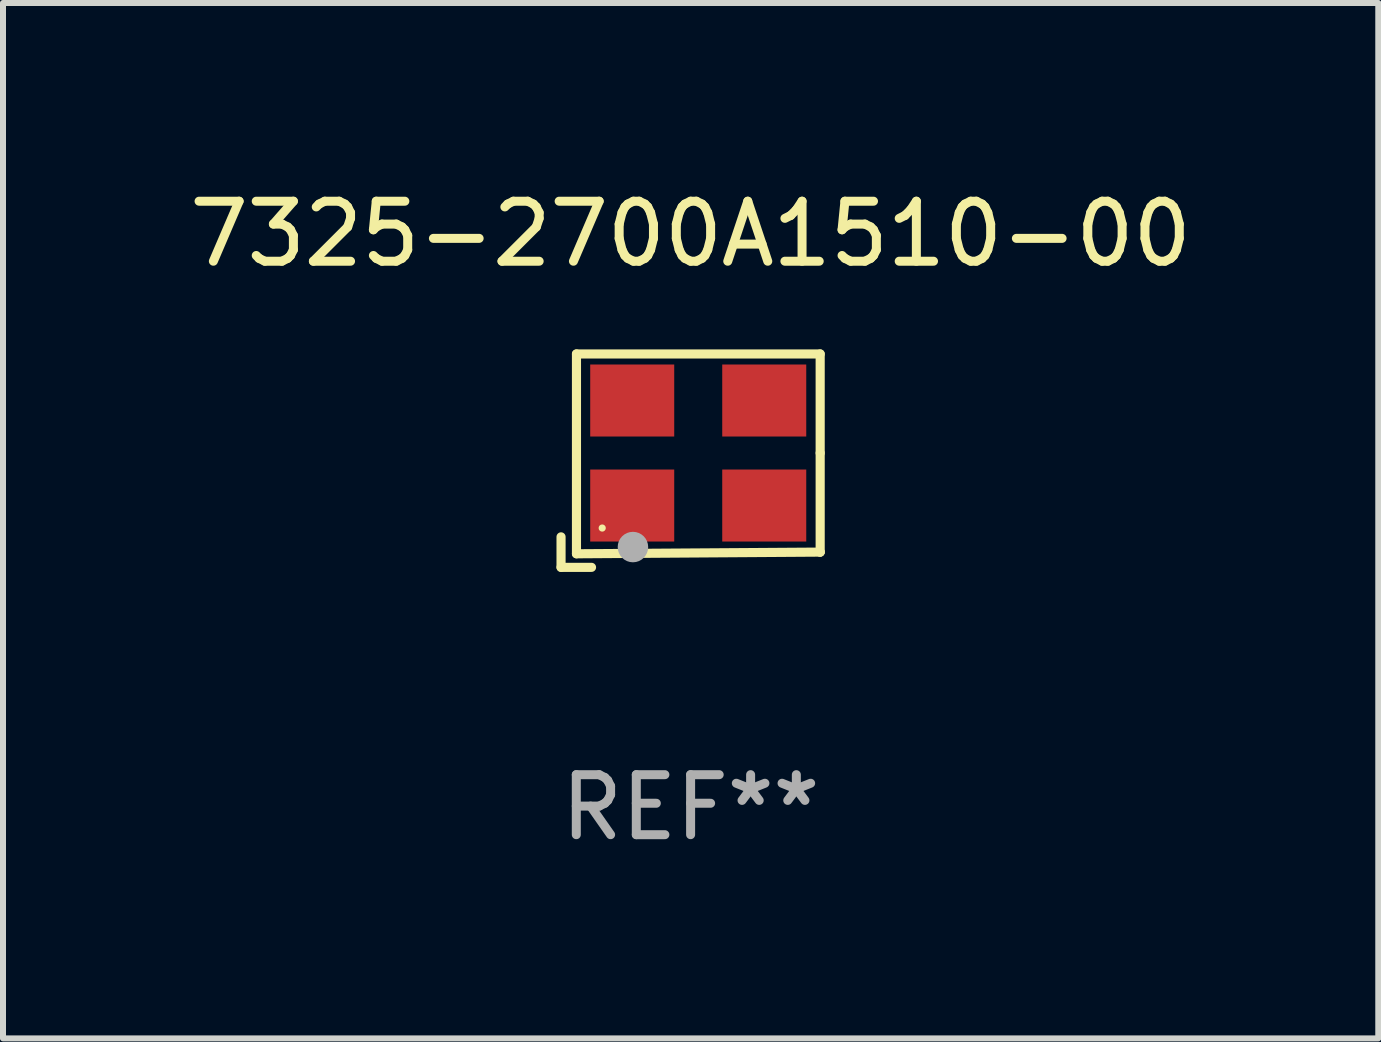
<source format=kicad_pcb>
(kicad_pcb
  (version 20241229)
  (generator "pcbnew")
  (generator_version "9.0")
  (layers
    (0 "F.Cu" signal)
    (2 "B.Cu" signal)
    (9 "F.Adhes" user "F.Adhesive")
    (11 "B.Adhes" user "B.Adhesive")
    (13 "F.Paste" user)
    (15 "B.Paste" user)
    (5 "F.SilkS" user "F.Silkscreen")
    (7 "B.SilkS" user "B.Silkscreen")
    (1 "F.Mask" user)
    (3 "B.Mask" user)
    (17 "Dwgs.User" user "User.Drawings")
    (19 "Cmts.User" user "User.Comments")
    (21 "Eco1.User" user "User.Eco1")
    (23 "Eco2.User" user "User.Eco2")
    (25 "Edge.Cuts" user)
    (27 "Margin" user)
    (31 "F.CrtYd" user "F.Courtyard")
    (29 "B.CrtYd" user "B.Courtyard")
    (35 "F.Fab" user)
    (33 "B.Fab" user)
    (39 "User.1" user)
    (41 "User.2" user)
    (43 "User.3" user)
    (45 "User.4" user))
  (footprint "7325-2700A1510-00"
    (layer "F.Cu")
    (at 8.458 4.626)
    (property "Reference" "7325-2700A1510-00" (at 0 -3.778 0) (layer "F.SilkS") (effects (font (size 1 1) (thickness 0.15))))
    (attr through_hole)
    (fp_line (start -2.159 1.27) (end -2.159 1.778) (stroke (width 0.152) (type solid)) (layer "F.SilkS"))
    (fp_line (start -2.159 1.778) (end -1.651 1.778) (stroke (width 0.152) (type solid)) (layer "F.SilkS"))
    (fp_line (start -1.902 -1.778) (end 2.159 -1.778) (stroke (width 0.152) (type solid)) (layer "F.SilkS"))
    (fp_line (start -1.902 1.552) (end -1.902 -1.778) (stroke (width 0.152) (type solid)) (layer "F.SilkS"))
    (fp_line (start 2.159 -1.778) (end 2.159 -0.127) (stroke (width 0.152) (type solid)) (layer "F.SilkS"))
    (fp_line (start 2.159 -0.127) (end 2.159 1.524) (stroke (width 0.152) (type solid)) (layer "F.SilkS"))
    (fp_line (start 2.159 1.524) (end -1.902 1.552) (stroke (width 0.152) (type solid)) (layer "F.SilkS"))
    (fp_line (start 2.159 1.524) (end 2.159 1.524) (stroke (width 0.152) (type solid)) (layer "F.SilkS"))
    (fp_circle (center -1.473 1.123) (end -1.443 1.123) (stroke (width 0.06) (type solid)) (fill no) (layer "F.SilkS"))
    (fp_circle (center -0.961 1.44) (end -0.834 1.44) (stroke (width 0.254) (type solid)) (fill no) (layer "F.Fab"))
    (fp_text user "REF**" (at 0 5.778 0) (layer "F.Fab") (effects (font (size 1 1) (thickness 0.15))))
    (pad "1" smd rect (at -0.973 0.748) (size 1.4 1.2) (layers "F.Cu" "F.Mask" "F.Paste"))
    (pad "2" smd rect (at 1.227 0.748) (size 1.4 1.2) (layers "F.Cu" "F.Mask" "F.Paste"))
    (pad "3" smd rect (at 1.227 -1.002) (size 1.4 1.2) (layers "F.Cu" "F.Mask" "F.Paste"))
    (pad "4" smd rect (at -0.973 -1.002) (size 1.4 1.2) (layers "F.Cu" "F.Mask" "F.Paste")))
  (gr_rect
    (start -3 -3)
    (end 19.917 14.253)
    (stroke (width 0.1) (type default))
    (fill no)
    (layer "Edge.Cuts")))
</source>
